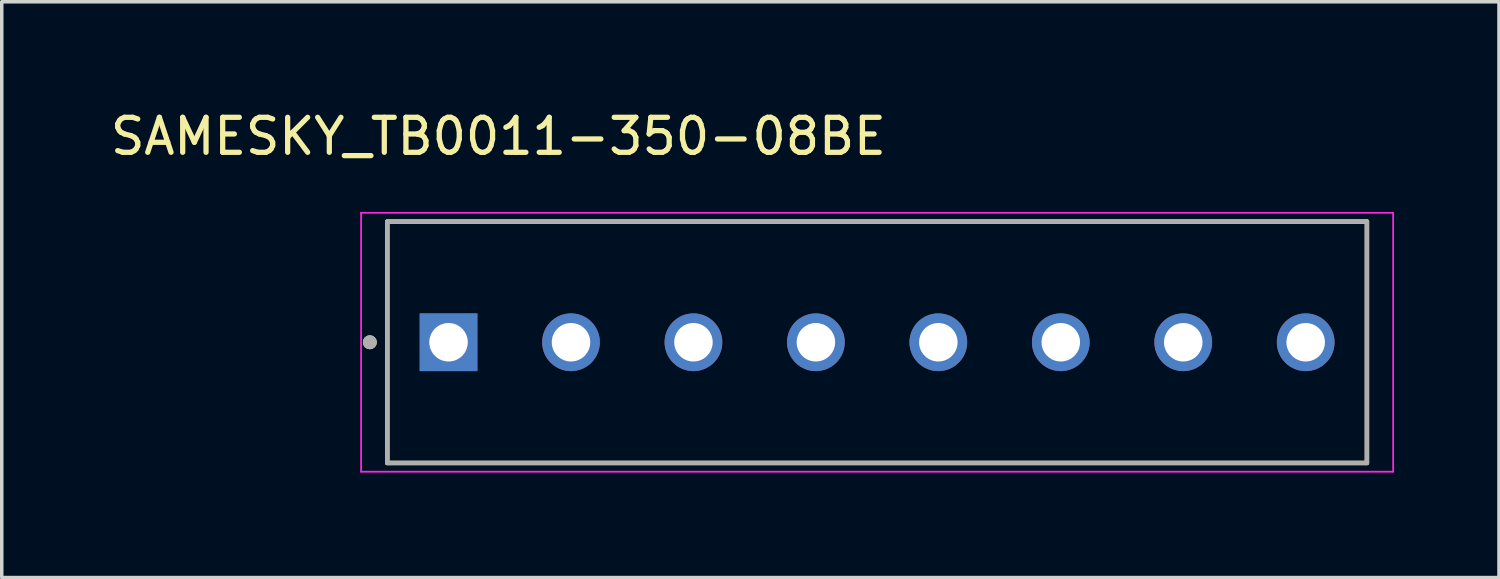
<source format=kicad_pcb>
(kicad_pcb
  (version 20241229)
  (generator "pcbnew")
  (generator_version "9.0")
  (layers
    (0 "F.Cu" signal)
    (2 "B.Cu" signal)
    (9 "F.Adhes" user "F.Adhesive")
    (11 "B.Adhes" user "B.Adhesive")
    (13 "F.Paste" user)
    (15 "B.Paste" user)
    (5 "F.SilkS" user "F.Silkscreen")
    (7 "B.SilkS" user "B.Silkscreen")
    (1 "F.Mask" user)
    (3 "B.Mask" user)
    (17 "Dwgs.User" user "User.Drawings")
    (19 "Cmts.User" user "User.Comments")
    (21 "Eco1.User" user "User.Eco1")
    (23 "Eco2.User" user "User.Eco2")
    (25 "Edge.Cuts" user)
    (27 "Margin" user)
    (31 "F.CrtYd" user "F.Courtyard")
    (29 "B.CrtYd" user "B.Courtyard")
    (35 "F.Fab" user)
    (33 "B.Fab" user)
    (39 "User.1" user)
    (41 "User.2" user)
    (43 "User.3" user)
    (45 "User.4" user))
  (footprint "SAMESKY_TB0011-350-08BE"
    (layer "F.Cu")
    (at 22.021 6.733)
    (property "Reference" "SAMESKY_TB0011-350-08BE" (at -10.825 -5.885 0) (layer "F.SilkS") (effects (font (size 1 1) (thickness 0.15))))
    (attr through_hole)
    (fp_line (start -14 -3.45) (end 14 -3.45) (stroke (width 0.127) (type solid)) (layer "F.SilkS"))
    (fp_line (start -14 3.45) (end -14 -3.45) (stroke (width 0.127) (type solid)) (layer "F.SilkS"))
    (fp_line (start 14 -3.45) (end 14 3.45) (stroke (width 0.127) (type solid)) (layer "F.SilkS"))
    (fp_line (start 14 3.45) (end -14 3.45) (stroke (width 0.127) (type solid)) (layer "F.SilkS"))
    (fp_circle (center -14.5 0) (end -14.4 0) (stroke (width 0.2) (type solid)) (fill no) (layer "F.SilkS"))
    (fp_line (start -14.75 -3.7) (end 14.75 -3.7) (stroke (width 0.05) (type solid)) (layer "F.CrtYd"))
    (fp_line (start -14.75 3.7) (end -14.75 -3.7) (stroke (width 0.05) (type solid)) (layer "F.CrtYd"))
    (fp_line (start 14.75 -3.7) (end 14.75 3.7) (stroke (width 0.05) (type solid)) (layer "F.CrtYd"))
    (fp_line (start 14.75 3.7) (end -14.75 3.7) (stroke (width 0.05) (type solid)) (layer "F.CrtYd"))
    (fp_line (start -14 -3.45) (end 14 -3.45) (stroke (width 0.127) (type solid)) (layer "F.Fab"))
    (fp_line (start -14 3.45) (end -14 -3.45) (stroke (width 0.127) (type solid)) (layer "F.Fab"))
    (fp_line (start 14 -3.45) (end 14 3.45) (stroke (width 0.127) (type solid)) (layer "F.Fab"))
    (fp_line (start 14 3.45) (end -14 3.45) (stroke (width 0.127) (type solid)) (layer "F.Fab"))
    (fp_circle (center -14.5 0) (end -14.4 0) (stroke (width 0.2) (type solid)) (fill no) (layer "F.Fab"))
    (pad "1" thru_hole rect (at -12.25 0) (size 1.65 1.65) (drill 1.1) (layers "*.Cu" "*.Mask"))
    (pad "2" thru_hole circle (at -8.75 0) (size 1.65 1.65) (drill 1.1) (layers "*.Cu" "*.Mask"))
    (pad "3" thru_hole circle (at -5.25 0) (size 1.65 1.65) (drill 1.1) (layers "*.Cu" "*.Mask"))
    (pad "4" thru_hole circle (at -1.75 0) (size 1.65 1.65) (drill 1.1) (layers "*.Cu" "*.Mask"))
    (pad "5" thru_hole circle (at 1.75 0) (size 1.65 1.65) (drill 1.1) (layers "*.Cu" "*.Mask"))
    (pad "6" thru_hole circle (at 5.25 0) (size 1.65 1.65) (drill 1.1) (layers "*.Cu" "*.Mask"))
    (pad "7" thru_hole circle (at 8.75 0) (size 1.65 1.65) (drill 1.1) (layers "*.Cu" "*.Mask"))
    (pad "8" thru_hole circle (at 12.25 0) (size 1.65 1.65) (drill 1.1) (layers "*.Cu" "*.Mask")))
  (gr_rect
    (start -3 -3)
    (end 39.796 13.458)
    (stroke (width 0.1) (type default))
    (fill no)
    (layer "Edge.Cuts")))
</source>
